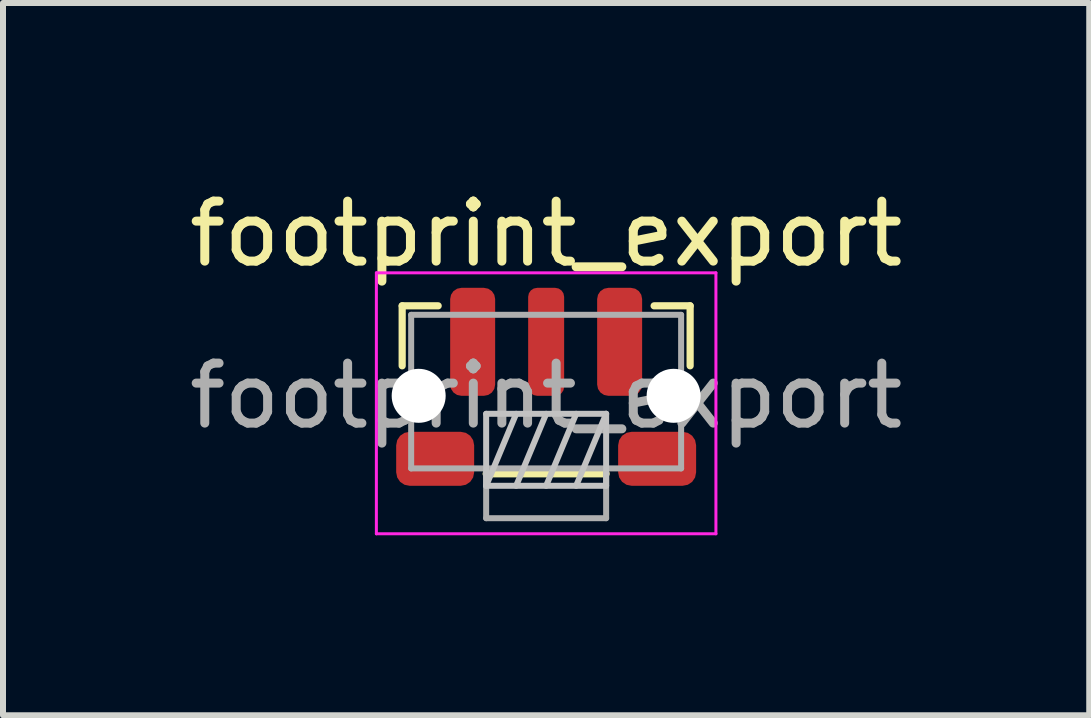
<source format=kicad_pcb>
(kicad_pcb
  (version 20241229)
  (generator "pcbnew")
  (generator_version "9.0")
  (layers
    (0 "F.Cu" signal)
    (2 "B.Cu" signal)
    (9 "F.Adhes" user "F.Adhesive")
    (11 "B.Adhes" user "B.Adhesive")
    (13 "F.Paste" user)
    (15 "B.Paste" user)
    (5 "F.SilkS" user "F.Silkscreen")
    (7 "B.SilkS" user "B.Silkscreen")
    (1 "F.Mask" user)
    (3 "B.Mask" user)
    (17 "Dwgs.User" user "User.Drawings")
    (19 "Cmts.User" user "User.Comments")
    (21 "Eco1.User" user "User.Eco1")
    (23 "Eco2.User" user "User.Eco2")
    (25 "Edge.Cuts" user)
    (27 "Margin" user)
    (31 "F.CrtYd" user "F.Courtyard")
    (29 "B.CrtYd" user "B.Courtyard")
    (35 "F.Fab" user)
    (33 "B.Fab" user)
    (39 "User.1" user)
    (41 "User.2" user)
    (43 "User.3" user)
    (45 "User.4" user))
  (footprint "footprint_export"
    (layer "F.Cu")
    (at 6.054 3.548)
    (property "Reference" "footprint_export" (at 0 -2.7 180) (layer "F.SilkS") (effects (font (size 1 1) (thickness 0.15))))
    (attr smd)
    (fp_line (start -2.4 -1.5) (end -2.4 -0.5) (stroke (width 0.12) (type solid)) (layer "F.SilkS"))
    (fp_line (start -1.8 -1.5) (end -2.4 -1.5) (stroke (width 0.12) (type solid)) (layer "F.SilkS"))
    (fp_line (start -1 1.3) (end 1 1.3) (stroke (width 0.12) (type solid)) (layer "F.SilkS"))
    (fp_line (start 1.8 -1.5) (end 2.4 -1.5) (stroke (width 0.12) (type solid)) (layer "F.SilkS"))
    (fp_line (start 2.4 -1.5) (end 2.4 -0.5) (stroke (width 0.12) (type solid)) (layer "F.SilkS"))
    (fp_line (start -1 0.3) (end -1 1.5) (stroke (width 0.1) (type solid)) (layer "Dwgs.User"))
    (fp_line (start -1 1.5) (end -0.5 0.3) (stroke (width 0.1) (type solid)) (layer "Dwgs.User"))
    (fp_line (start -1 1.5) (end 1 1.5) (stroke (width 0.1) (type solid)) (layer "Dwgs.User"))
    (fp_line (start -0.5 1.5) (end 0 0.3) (stroke (width 0.1) (type solid)) (layer "Dwgs.User"))
    (fp_line (start 0 1.5) (end 0.5 0.3) (stroke (width 0.1) (type solid)) (layer "Dwgs.User"))
    (fp_line (start 0.5 1.5) (end 1 0.3) (stroke (width 0.1) (type solid)) (layer "Dwgs.User"))
    (fp_line (start 1 0.3) (end -1 0.3) (stroke (width 0.1) (type solid)) (layer "Dwgs.User"))
    (fp_line (start 1 1.5) (end 1 0.3) (stroke (width 0.1) (type solid)) (layer "Dwgs.User"))
    (fp_line (start -2.83 -2.05) (end -2.83 2.3) (stroke (width 0.05) (type solid)) (layer "F.CrtYd"))
    (fp_line (start -2.83 -2.05) (end 2.83 -2.05) (stroke (width 0.05) (type solid)) (layer "F.CrtYd"))
    (fp_line (start -2.83 2.3) (end 2.83 2.3) (stroke (width 0.05) (type solid)) (layer "F.CrtYd"))
    (fp_line (start 2.83 -2.05) (end 2.83 2.3) (stroke (width 0.05) (type solid)) (layer "F.CrtYd"))
    (fp_line (start -2.25 -1.35) (end -2.25 1.21) (stroke (width 0.1) (type solid)) (layer "F.Fab"))
    (fp_line (start -2.25 -1.35) (end 2.25 -1.35) (stroke (width 0.1) (type solid)) (layer "F.Fab"))
    (fp_line (start -2.25 1.21) (end 2.25 1.21) (stroke (width 0.1) (type solid)) (layer "F.Fab"))
    (fp_line (start -1 2.04) (end -1 1.21) (stroke (width 0.1) (type solid)) (layer "F.Fab"))
    (fp_line (start -1 2.04) (end 1 2.04) (stroke (width 0.1) (type solid)) (layer "F.Fab"))
    (fp_line (start 1 2.04) (end 1 1.21) (stroke (width 0.1) (type solid)) (layer "F.Fab"))
    (fp_line (start 2.25 -1.35) (end 2.25 1.21) (stroke (width 0.1) (type solid)) (layer "F.Fab"))
    (fp_text user "${REFERENCE}" (at 0 0 0) (layer "F.Fab") (effects (font (size 1 1) (thickness 0.15))))
    (pad "" np_thru_hole circle (at -2.125 0) (size 0.9 0.9) (drill 0.9) (layers "*.Cu" "*.Mask"))
    (pad "" np_thru_hole circle (at 2.125 0) (size 0.9 0.9) (drill 0.9) (layers "*.Cu" "*.Mask"))
    (pad "1" smd roundrect (at -1.225 -0.9) (size 0.75 1.8) (layers "F.Cu" "F.Mask" "F.Paste") (roundrect_rratio 0.25))
    (pad "1" smd roundrect (at 1.225 -0.9) (size 0.75 1.8) (layers "F.Cu" "F.Mask" "F.Paste") (roundrect_rratio 0.25))
    (pad "2" smd roundrect (at 0 -0.9) (size 0.6 1.8) (layers "F.Cu" "F.Mask" "F.Paste") (roundrect_rratio 0.25))
    (pad "MP" smd roundrect (at -1.85 1.05) (size 1.3 0.9) (layers "F.Cu" "F.Mask" "F.Paste") (roundrect_rratio 0.25))
    (pad "MP" smd roundrect (at 1.85 1.05) (size 1.3 0.9) (layers "F.Cu" "F.Mask" "F.Paste") (roundrect_rratio 0.25)))
  (gr_rect
    (start -3 -3)
    (end 15.107 8.873)
    (stroke (width 0.1) (type default))
    (fill no)
    (layer "Edge.Cuts")))
</source>
